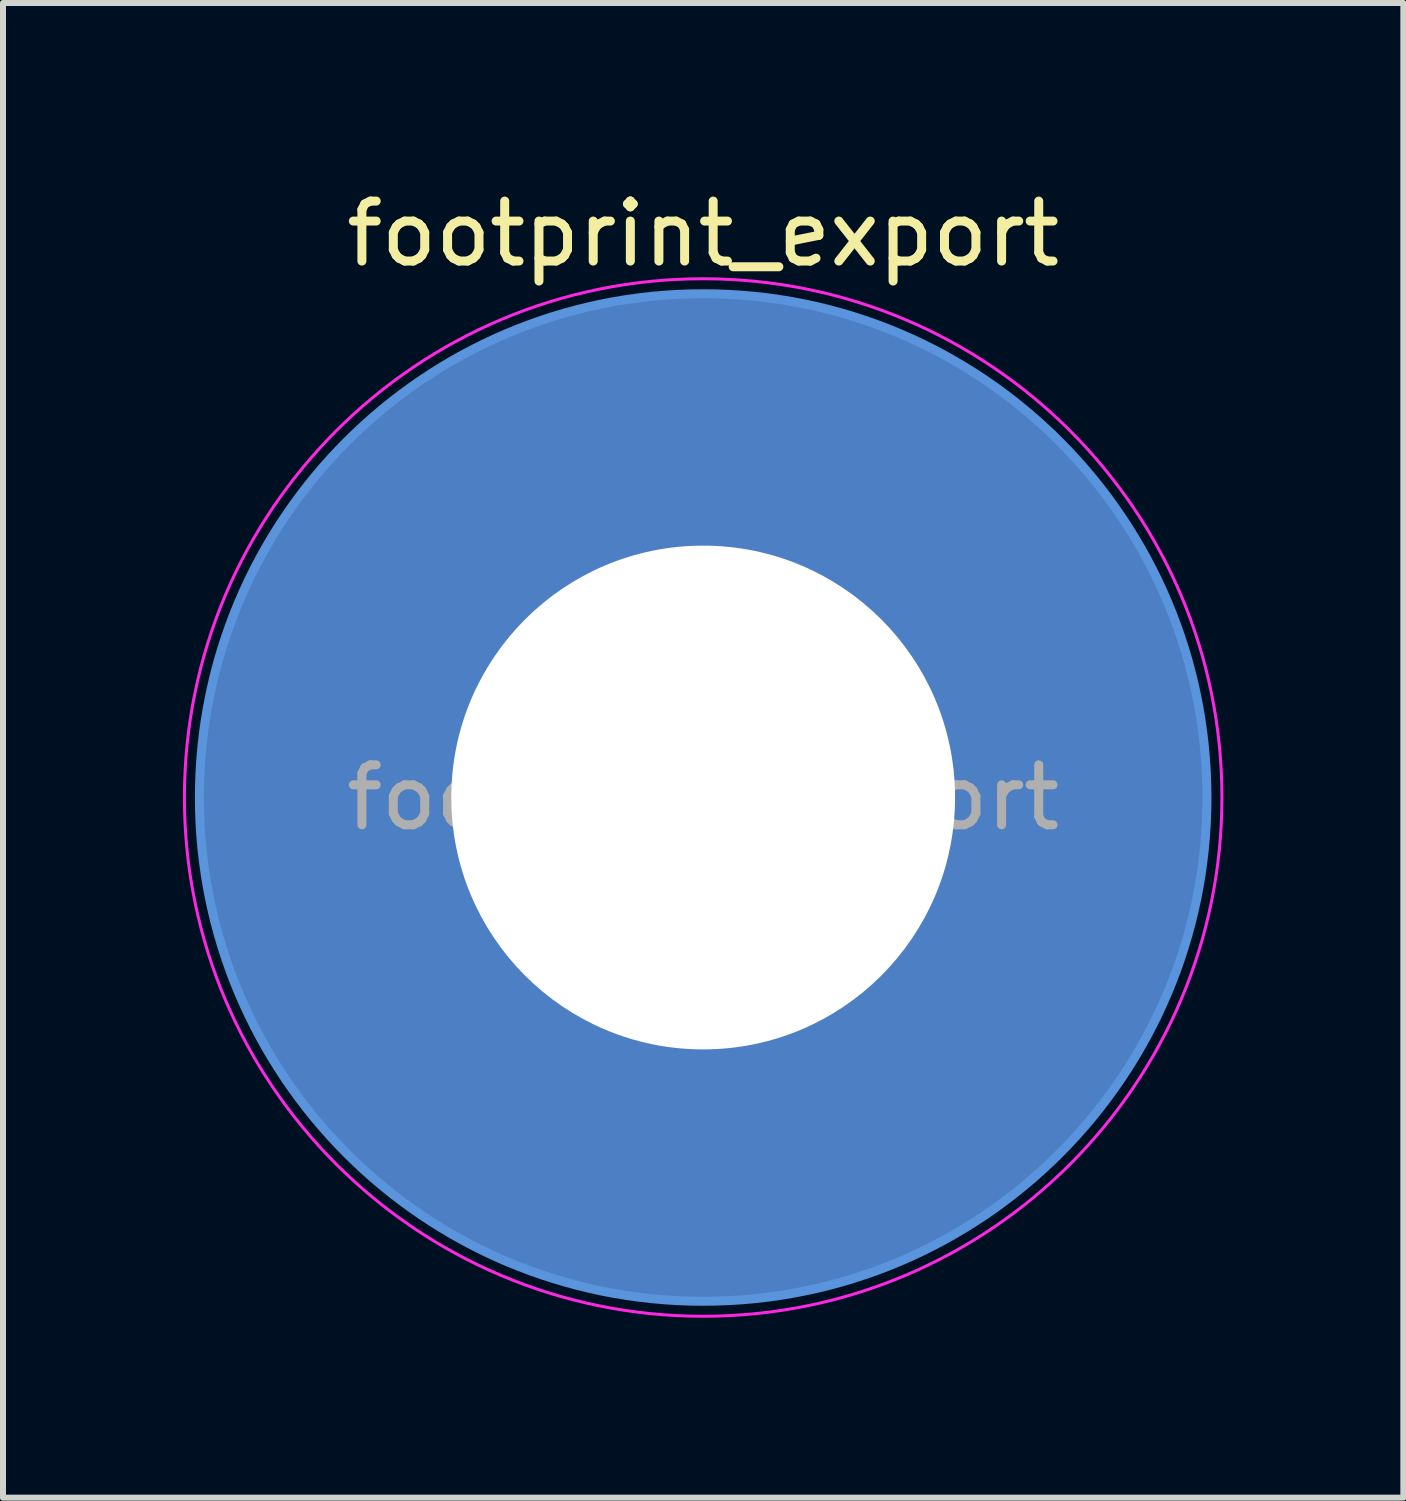
<source format=kicad_pcb>
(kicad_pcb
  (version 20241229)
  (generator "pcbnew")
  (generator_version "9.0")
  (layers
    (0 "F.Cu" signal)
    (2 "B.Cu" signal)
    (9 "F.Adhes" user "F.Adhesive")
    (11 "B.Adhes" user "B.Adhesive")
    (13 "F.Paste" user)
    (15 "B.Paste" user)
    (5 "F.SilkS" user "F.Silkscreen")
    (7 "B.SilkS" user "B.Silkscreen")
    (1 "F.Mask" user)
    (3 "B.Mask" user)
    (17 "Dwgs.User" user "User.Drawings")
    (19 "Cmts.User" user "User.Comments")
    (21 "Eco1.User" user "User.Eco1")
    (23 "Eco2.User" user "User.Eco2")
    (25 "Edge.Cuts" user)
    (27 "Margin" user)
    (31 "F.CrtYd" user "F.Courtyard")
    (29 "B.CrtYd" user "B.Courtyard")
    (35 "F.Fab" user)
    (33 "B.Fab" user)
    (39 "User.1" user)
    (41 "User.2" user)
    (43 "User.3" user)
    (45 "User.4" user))
  (footprint "footprint_export"
    (layer "F.Cu")
    (at 8.675 10.248)
    (property "Reference" "footprint_export" (at 0 -9.4 0) (layer "F.SilkS") (effects (font (size 1 1) (thickness 0.15))))
    (attr exclude_from_pos_files exclude_from_bom)
    (fp_circle (center 0 0) (end 8.4 0) (stroke (width 0.15) (type solid)) (fill no) (layer "Cmts.User"))
    (fp_circle (center 0 0) (end 8.65 0) (stroke (width 0.05) (type solid)) (fill no) (layer "F.CrtYd"))
    (fp_text user "${REFERENCE}" (at 0 0 0) (layer "F.Fab") (effects (font (size 1 1) (thickness 0.15))))
    (pad "1" thru_hole circle (at 0 0) (size 8.8 8.8) (drill 8.4) (layers "*.Cu" "*.Mask"))
    (pad "1" connect circle (at 0 0) (size 16.8 16.8) (layers "F.Cu" "F.Mask"))
    (pad "1" connect circle (at 0 0) (size 16.8 16.8) (layers "B.Cu" "B.Mask")))
  (gr_rect
    (start -3 -3)
    (end 20.35 21.923)
    (stroke (width 0.1) (type default))
    (fill no)
    (layer "Edge.Cuts")))
</source>
